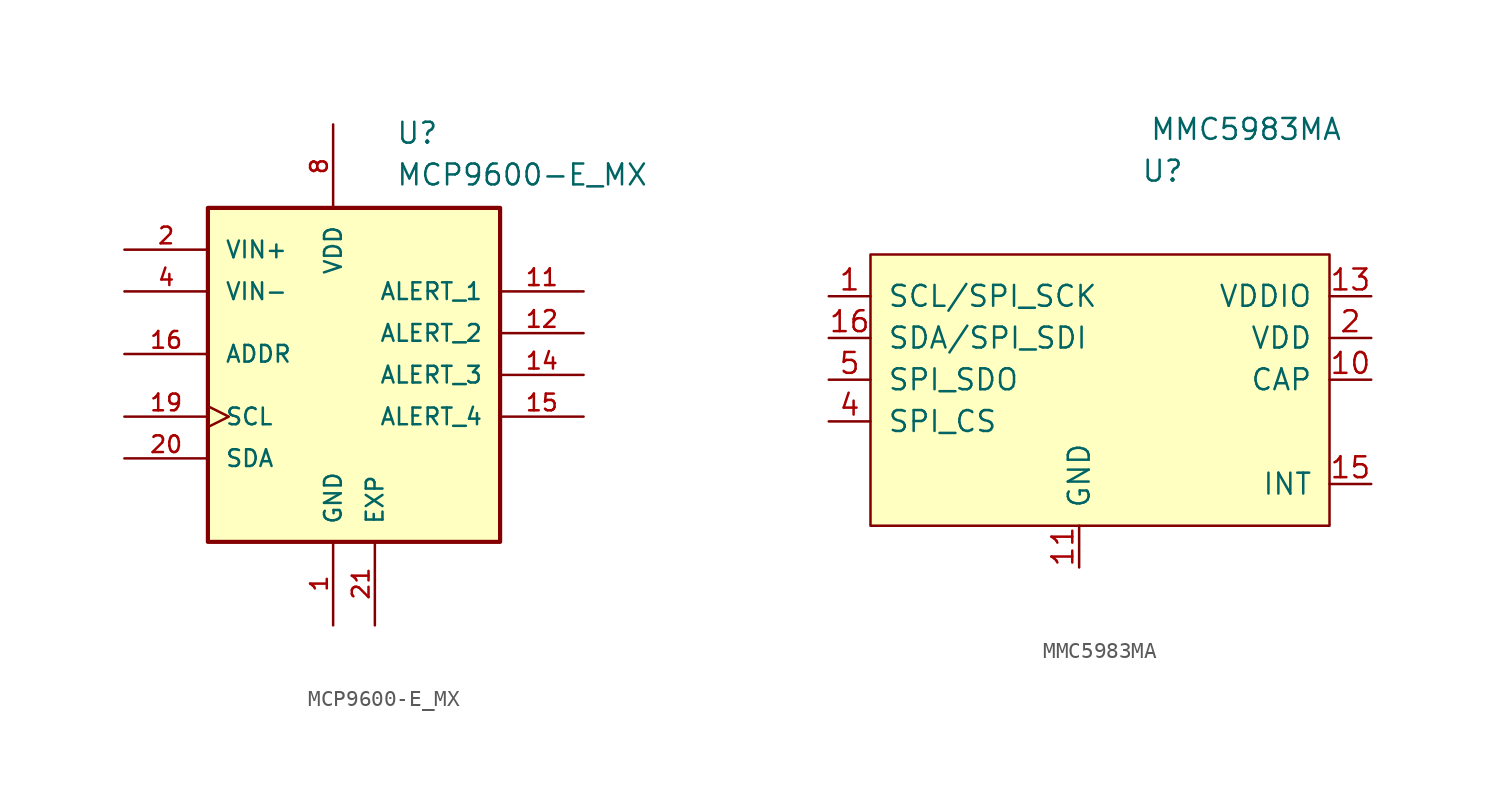
<source format=kicad_sym>
(kicad_symbol_lib
  (version 20211014)
  (generator kicad_symbol_editor)
  (symbol "MCP9600-E_MX"
    (pin_names
      (offset 1.016))
    (property "Reference" "U"
      (at 1.27 15.24 0)
      (effects (font (size 1.27 1.27)) (justify left bottom)))
    (property "Value" "MCP9600-E_MX"
      (at 1.27 12.7 0)
      (effects (font (size 1.27 1.27)) (justify left bottom)))
    (property "ki_locked" ""
      (at 0 0 0)
      (effects (font (size 1.27 1.27))))
    (symbol "MCP9600-E_MX_0_0"
      (pin power_in line (at -2.54 -13.97 90) (length 5.08) (name "GND" (effects (font (size 1.016 1.016)))) (number "1" (effects (font (size 1.016 1.016)))))
      (pin passive line (at -2.54 -13.97 90) (length 5.08) hide (name "GND" (effects (font (size 1.016 1.016)))) (number "10" (effects (font (size 1.016 1.016)))))
      (pin output line (at 12.7 6.35 180) (length 5.08) (name "ALERT_1" (effects (font (size 1.016 1.016)))) (number "11" (effects (font (size 1.016 1.016)))))
      (pin output line (at 12.7 3.81 180) (length 5.08) (name "ALERT_2" (effects (font (size 1.016 1.016)))) (number "12" (effects (font (size 1.016 1.016)))))
      (pin passive line (at -2.54 -13.97 90) (length 5.08) hide (name "GND" (effects (font (size 1.016 1.016)))) (number "13" (effects (font (size 1.016 1.016)))))
      (pin output line (at 12.7 1.27 180) (length 5.08) (name "ALERT_3" (effects (font (size 1.016 1.016)))) (number "14" (effects (font (size 1.016 1.016)))))
      (pin output line (at 12.7 -1.27 180) (length 5.08) (name "ALERT_4" (effects (font (size 1.016 1.016)))) (number "15" (effects (font (size 1.016 1.016)))))
      (pin input line (at -15.24 2.54 0) (length 5.08) (name "ADDR" (effects (font (size 1.016 1.016)))) (number "16" (effects (font (size 1.016 1.016)))))
      (pin passive line (at -2.54 -13.97 90) (length 5.08) hide (name "GND" (effects (font (size 1.016 1.016)))) (number "17" (effects (font (size 1.016 1.016)))))
      (pin passive line (at -2.54 -13.97 90) (length 5.08) hide (name "GND" (effects (font (size 1.016 1.016)))) (number "18" (effects (font (size 1.016 1.016)))))
      (pin input clock (at -15.24 -1.27 0) (length 5.08) (name "SCL" (effects (font (size 1.016 1.016)))) (number "19" (effects (font (size 1.016 1.016)))))
      (pin input line (at -15.24 8.89 0) (length 5.08) (name "VIN+" (effects (font (size 1.016 1.016)))) (number "2" (effects (font (size 1.016 1.016)))))
      (pin bidirectional line (at -15.24 -3.81 0) (length 5.08) (name "SDA" (effects (font (size 1.016 1.016)))) (number "20" (effects (font (size 1.016 1.016)))))
      (pin power_in line (at 0 -13.97 90) (length 5.08) (name "EXP" (effects (font (size 1.016 1.016)))) (number "21" (effects (font (size 1.016 1.016)))))
      (pin passive line (at -2.54 -13.97 90) (length 5.08) hide (name "GND" (effects (font (size 1.016 1.016)))) (number "3" (effects (font (size 1.016 1.016)))))
      (pin input line (at -15.24 6.35 0) (length 5.08) (name "VIN-" (effects (font (size 1.016 1.016)))) (number "4" (effects (font (size 1.016 1.016)))))
      (pin passive line (at -2.54 -13.97 90) (length 5.08) hide (name "GND" (effects (font (size 1.016 1.016)))) (number "5" (effects (font (size 1.016 1.016)))))
      (pin passive line (at -2.54 -13.97 90) (length 5.08) hide (name "GND" (effects (font (size 1.016 1.016)))) (number "6" (effects (font (size 1.016 1.016)))))
      (pin passive line (at -2.54 -13.97 90) (length 5.08) hide (name "GND" (effects (font (size 1.016 1.016)))) (number "7" (effects (font (size 1.016 1.016)))))
      (pin power_in line (at -2.54 16.51 270) (length 5.08) (name "VDD" (effects (font (size 1.016 1.016)))) (number "8" (effects (font (size 1.016 1.016)))))
      (pin passive line (at -2.54 -13.97 90) (length 5.08) hide (name "GND" (effects (font (size 1.016 1.016)))) (number "9" (effects (font (size 1.016 1.016))))))
    (symbol "MCP9600-E_MX_1_1"
      (rectangle (start -10.16 11.43) (end 7.62 -8.89) (stroke (width 0.254) (type default) (color 0 0 0 0)) (fill (type background)))))
  (symbol "MMC5983MA"
    (pin_names
      (offset 1.016))
    (property "Reference" "U"
      (at 3.81 11.43 0)
      (effects (font (size 1.27 1.27))))
    (property "Value" "MMC5983MA"
      (at 8.89 13.97 0)
      (effects (font (size 1.27 1.27))))
    (symbol "MMC5983MA_0_0"
      (pin bidirectional line (at -16.51 3.81 0) (length 2.54) (name "SCL/SPI_SCK" (effects (font (size 1.27 1.27)))) (number "1" (effects (font (size 1.27 1.27)))))
      (pin power_in line (at 16.51 -1.27 180) (length 2.54) (name "CAP" (effects (font (size 1.27 1.27)))) (number "10" (effects (font (size 1.27 1.27)))))
      (pin power_in line (at -1.27 -12.7 90) (length 2.54) (name "GND" (effects (font (size 1.27 1.27)))) (number "11" (effects (font (size 1.27 1.27)))))
      (pin no_connect line (at -16.51 -7.62 0) (length 2.54) hide (name "NC" (effects (font (size 1.27 1.27)))) (number "12" (effects (font (size 1.27 1.27)))))
      (pin power_in line (at 16.51 3.81 180) (length 2.54) (name "VDDIO" (effects (font (size 1.27 1.27)))) (number "13" (effects (font (size 1.27 1.27)))))
      (pin no_connect line (at -16.51 -8.89 0) (length 2.54) hide (name "NC" (effects (font (size 1.27 1.27)))) (number "14" (effects (font (size 1.27 1.27)))))
      (pin output line (at 16.51 -7.62 180) (length 2.54) (name "INT" (effects (font (size 1.27 1.27)))) (number "15" (effects (font (size 1.27 1.27)))))
      (pin bidirectional line (at -16.51 1.27 0) (length 2.54) (name "SDA/SPI_SDI" (effects (font (size 1.27 1.27)))) (number "16" (effects (font (size 1.27 1.27)))))
      (pin power_in line (at 16.51 1.27 180) (length 2.54) (name "VDD" (effects (font (size 1.27 1.27)))) (number "2" (effects (font (size 1.27 1.27)))))
      (pin no_connect line (at -16.51 -10.16 0) (length 2.54) hide (name "NC" (effects (font (size 1.27 1.27)))) (number "3" (effects (font (size 1.27 1.27)))))
      (pin input line (at -16.51 -3.81 0) (length 2.54) (name "SPI_CS" (effects (font (size 1.27 1.27)))) (number "4" (effects (font (size 1.27 1.27)))))
      (pin output line (at -16.51 -1.27 0) (length 2.54) (name "SPI_SDO" (effects (font (size 1.27 1.27)))) (number "5" (effects (font (size 1.27 1.27)))))
      (pin no_connect line (at -16.51 -11.43 0) (length 2.54) hide (name "NC" (effects (font (size 1.27 1.27)))) (number "6" (effects (font (size 1.27 1.27)))))
      (pin no_connect line (at -16.51 -12.7 0) (length 2.54) hide (name "NC" (effects (font (size 1.27 1.27)))) (number "7" (effects (font (size 1.27 1.27)))))
      (pin no_connect line (at -16.51 -13.97 0) (length 2.54) hide (name "NC" (effects (font (size 1.27 1.27)))) (number "8" (effects (font (size 1.27 1.27)))))
      (pin power_in line (at -1.27 -12.7 90) (length 2.54) hide (name "GND" (effects (font (size 1.27 1.27)))) (number "9" (effects (font (size 1.27 1.27))))))
    (symbol "MMC5983MA_0_1"
      (rectangle (start -13.97 6.35) (end 13.97 -10.16) (stroke (width 0) (type default) (color 0 0 0 0)) (fill (type background))))))
</source>
